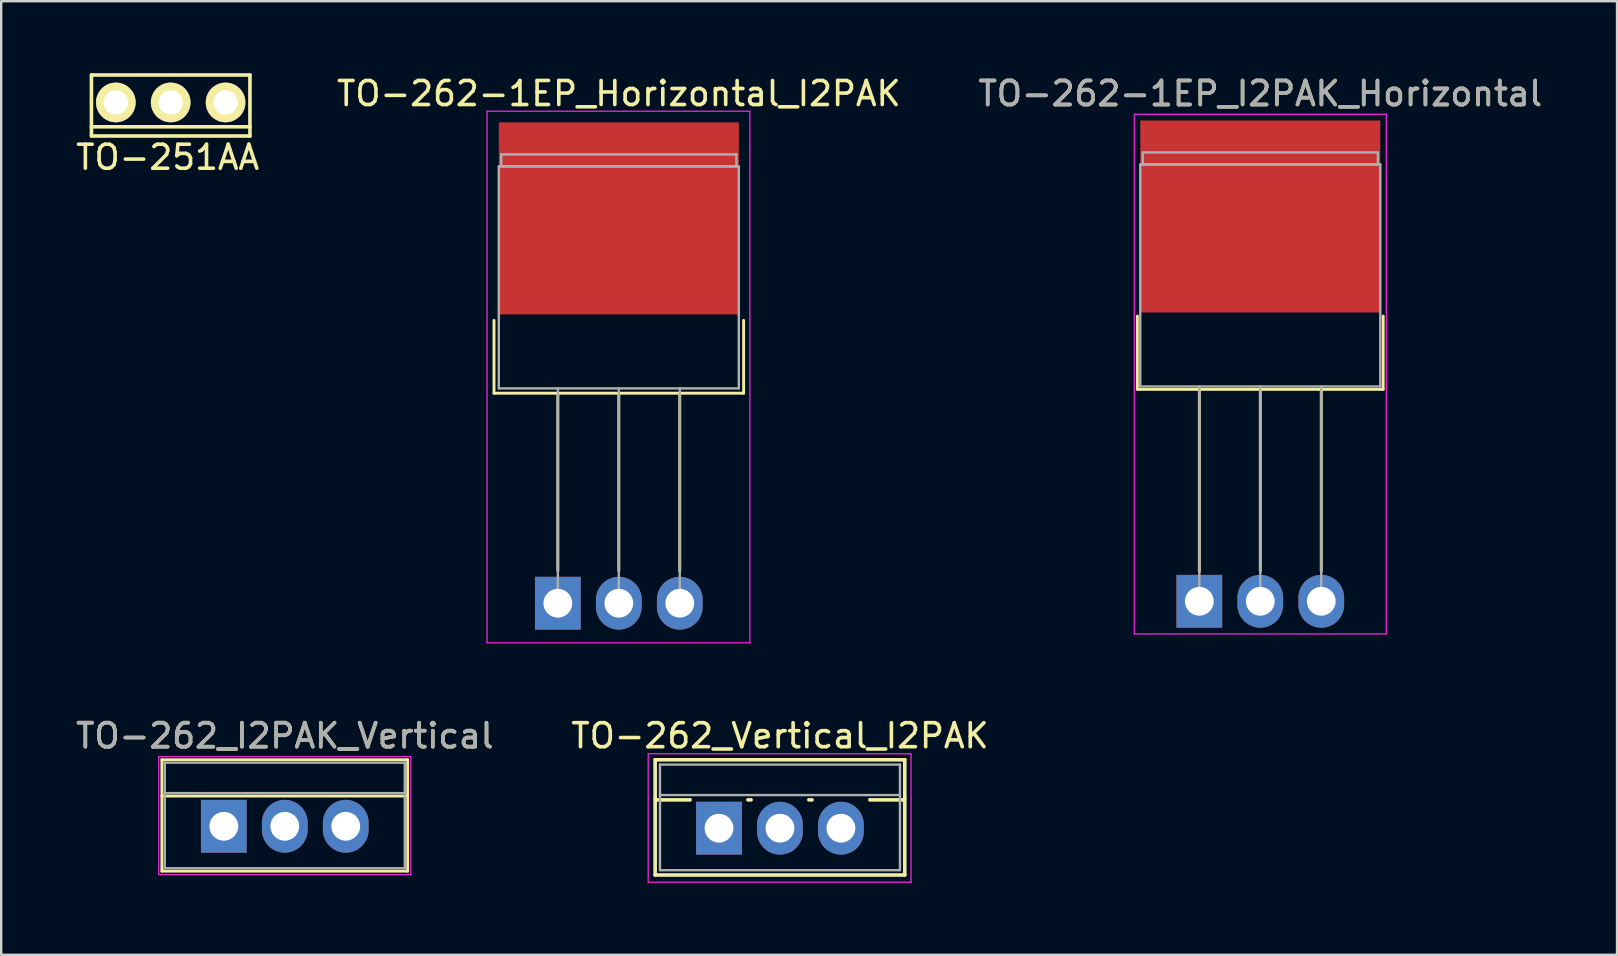
<source format=kicad_pcb>
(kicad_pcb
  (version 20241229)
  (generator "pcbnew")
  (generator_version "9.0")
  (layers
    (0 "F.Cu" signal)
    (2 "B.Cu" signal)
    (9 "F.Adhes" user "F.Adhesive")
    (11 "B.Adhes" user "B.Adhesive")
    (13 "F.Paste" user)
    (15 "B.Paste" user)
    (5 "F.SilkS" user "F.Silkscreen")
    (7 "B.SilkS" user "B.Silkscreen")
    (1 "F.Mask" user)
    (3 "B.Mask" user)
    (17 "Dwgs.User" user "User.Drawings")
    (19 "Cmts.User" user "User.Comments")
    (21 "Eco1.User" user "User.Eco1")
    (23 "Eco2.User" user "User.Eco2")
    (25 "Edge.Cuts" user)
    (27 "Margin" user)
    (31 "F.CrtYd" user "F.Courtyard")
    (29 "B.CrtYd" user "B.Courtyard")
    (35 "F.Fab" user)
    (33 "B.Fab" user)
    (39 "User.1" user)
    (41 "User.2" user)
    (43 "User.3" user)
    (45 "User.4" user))
  (footprint "TO-251AA"
    (layer "F.Cu")
    (at 4.062 1.218)
    (property "Reference" "TO-251AA" (at -0.127 2.286 0) (layer "F.SilkS") (effects (font (size 1 1) (thickness 0.15))))
    (attr through_hole)
    (fp_line (start -3.302 -1.143) (end -3.302 0) (stroke (width 0.15) (type solid)) (layer "F.SilkS"))
    (fp_line (start -3.302 0) (end -3.302 1.397) (stroke (width 0.15) (type solid)) (layer "F.SilkS"))
    (fp_line (start -3.302 1.016) (end 3.302 1.016) (stroke (width 0.15) (type solid)) (layer "F.SilkS"))
    (fp_line (start -3.302 1.397) (end 3.302 1.397) (stroke (width 0.15) (type solid)) (layer "F.SilkS"))
    (fp_line (start 3.302 -1.143) (end -3.302 -1.143) (stroke (width 0.15) (type solid)) (layer "F.SilkS"))
    (fp_line (start 3.302 1.397) (end 3.302 -1.143) (stroke (width 0.15) (type solid)) (layer "F.SilkS"))
    (pad "1" thru_hole circle (at 2.286 0) (size 1.651 1.651) (drill 1.016) (layers "*.Cu" "*.Mask" "F.SilkS"))
    (pad "2" thru_hole circle (at 0 0) (size 1.651 1.651) (drill 1.016) (layers "*.Cu" "*.Mask" "F.SilkS"))
    (pad "3" thru_hole circle (at -2.286 0) (size 1.651 1.651) (drill 1.016) (layers "*.Cu" "*.Mask" "F.SilkS")))
  (footprint "TO-262-1EP_I2PAK_Horizontal"
    (layer "F.Cu")
    (at 46.918 22.002)
    (property "Reference" "TO-262-1EP_I2PAK_Horizontal" (at 2.54 -21.153 0) (layer "F.SilkS") (effects (font (size 1 1) (thickness 0.15))))
    (attr through_hole)
    (fp_line (start -2.58 -11.884) (end -2.58 -8.83) (stroke (width 0.12) (type solid)) (layer "F.SilkS"))
    (fp_line (start -2.58 -8.83) (end 7.66 -8.83) (stroke (width 0.12) (type solid)) (layer "F.SilkS"))
    (fp_line (start 0 -8.83) (end 0 -1.25) (stroke (width 0.12) (type solid)) (layer "F.SilkS"))
    (fp_line (start 2.54 -8.83) (end 2.54 -1.25) (stroke (width 0.12) (type solid)) (layer "F.SilkS"))
    (fp_line (start 5.08 -8.83) (end 5.08 -1.25) (stroke (width 0.12) (type solid)) (layer "F.SilkS"))
    (fp_line (start 7.66 -11.884) (end 7.66 -8.83) (stroke (width 0.12) (type solid)) (layer "F.SilkS"))
    (fp_line (start -2.71 -20.29) (end -2.71 1.36) (stroke (width 0.05) (type solid)) (layer "F.CrtYd"))
    (fp_line (start -2.71 1.36) (end 7.79 1.36) (stroke (width 0.05) (type solid)) (layer "F.CrtYd"))
    (fp_line (start 7.79 -20.29) (end -2.71 -20.29) (stroke (width 0.05) (type solid)) (layer "F.CrtYd"))
    (fp_line (start 7.79 1.36) (end 7.79 -20.29) (stroke (width 0.05) (type solid)) (layer "F.CrtYd"))
    (fp_line (start -2.46 -18.2) (end 7.54 -18.2) (stroke (width 0.1) (type solid)) (layer "F.Fab"))
    (fp_line (start -2.46 -8.95) (end -2.46 -18.2) (stroke (width 0.1) (type solid)) (layer "F.Fab"))
    (fp_line (start -2.36 -18.7) (end 7.44 -18.7) (stroke (width 0.1) (type solid)) (layer "F.Fab"))
    (fp_line (start -2.36 -18.2) (end -2.36 -18.7) (stroke (width 0.1) (type solid)) (layer "F.Fab"))
    (fp_line (start 0 -8.95) (end 0 0) (stroke (width 0.1) (type solid)) (layer "F.Fab"))
    (fp_line (start 2.54 -8.95) (end 2.54 0) (stroke (width 0.1) (type solid)) (layer "F.Fab"))
    (fp_line (start 5.08 -8.95) (end 5.08 0) (stroke (width 0.1) (type solid)) (layer "F.Fab"))
    (fp_line (start 7.44 -18.7) (end 7.44 -18.2) (stroke (width 0.1) (type solid)) (layer "F.Fab"))
    (fp_line (start 7.44 -18.2) (end -2.36 -18.2) (stroke (width 0.1) (type solid)) (layer "F.Fab"))
    (fp_line (start 7.54 -18.2) (end 7.54 -8.95) (stroke (width 0.1) (type solid)) (layer "F.Fab"))
    (fp_line (start 7.54 -8.95) (end -2.46 -8.95) (stroke (width 0.1) (type solid)) (layer "F.Fab"))
    (fp_text user "${REFERENCE}" (at 2.54 -21.153 0) (layer "F.Fab") (effects (font (size 1 1) (thickness 0.15))))
    (pad "1" thru_hole rect (at 0 0) (size 1.905 2.2) (drill 1.2) (layers "*.Cu" "*.Mask"))
    (pad "2" thru_hole oval (at 2.54 0) (size 1.905 2.2) (drill 1.2) (layers "*.Cu" "*.Mask"))
    (pad "3" thru_hole oval (at 5.08 0) (size 1.905 2.2) (drill 1.2) (layers "*.Cu" "*.Mask"))
    (pad "4" smd rect (at 2.54 -16.033) (size 10 8) (layers "F.Cu" "F.Mask")))
  (footprint "TO-262-1EP_Horizontal_I2PAK"
    (layer "F.Cu")
    (at 20.192 22.082)
    (property "Reference" "TO-262-1EP_Horizontal_I2PAK" (at 2.54 -21.233 0) (layer "F.SilkS") (effects (font (size 1 1) (thickness 0.15))))
    (attr through_hole)
    (fp_line (start -2.66 -11.784) (end -2.66 -8.75) (stroke (width 0.12) (type solid)) (layer "F.SilkS"))
    (fp_line (start -2.66 -8.75) (end 7.74 -8.75) (stroke (width 0.12) (type solid)) (layer "F.SilkS"))
    (fp_line (start 0 -8.75) (end 0 -1.35) (stroke (width 0.12) (type solid)) (layer "F.SilkS"))
    (fp_line (start 2.54 -8.75) (end 2.54 -1.35) (stroke (width 0.12) (type solid)) (layer "F.SilkS"))
    (fp_line (start 5.08 -8.75) (end 5.08 -1.35) (stroke (width 0.12) (type solid)) (layer "F.SilkS"))
    (fp_line (start 7.74 -11.784) (end 7.74 -8.75) (stroke (width 0.12) (type solid)) (layer "F.SilkS"))
    (fp_line (start -2.95 -20.5) (end -2.95 1.65) (stroke (width 0.05) (type solid)) (layer "F.CrtYd"))
    (fp_line (start -2.95 1.65) (end 8 1.65) (stroke (width 0.05) (type solid)) (layer "F.CrtYd"))
    (fp_line (start 8 -20.5) (end -2.95 -20.5) (stroke (width 0.05) (type solid)) (layer "F.CrtYd"))
    (fp_line (start 8 1.65) (end 8 -20.5) (stroke (width 0.05) (type solid)) (layer "F.CrtYd"))
    (fp_line (start -2.46 -18.2) (end 7.54 -18.2) (stroke (width 0.1) (type solid)) (layer "F.Fab"))
    (fp_line (start -2.46 -8.95) (end -2.46 -18.2) (stroke (width 0.1) (type solid)) (layer "F.Fab"))
    (fp_line (start -2.36 -18.7) (end 7.44 -18.7) (stroke (width 0.1) (type solid)) (layer "F.Fab"))
    (fp_line (start -2.36 -18.2) (end -2.36 -18.7) (stroke (width 0.1) (type solid)) (layer "F.Fab"))
    (fp_line (start 0 -8.95) (end 0 0) (stroke (width 0.1) (type solid)) (layer "F.Fab"))
    (fp_line (start 2.54 -8.95) (end 2.54 0) (stroke (width 0.1) (type solid)) (layer "F.Fab"))
    (fp_line (start 5.08 -8.95) (end 5.08 0) (stroke (width 0.1) (type solid)) (layer "F.Fab"))
    (fp_line (start 7.44 -18.7) (end 7.44 -18.2) (stroke (width 0.1) (type solid)) (layer "F.Fab"))
    (fp_line (start 7.44 -18.2) (end -2.36 -18.2) (stroke (width 0.1) (type solid)) (layer "F.Fab"))
    (fp_line (start 7.54 -18.2) (end 7.54 -8.95) (stroke (width 0.1) (type solid)) (layer "F.Fab"))
    (fp_line (start 7.54 -8.95) (end -2.46 -8.95) (stroke (width 0.1) (type solid)) (layer "F.Fab"))
    (pad "1" thru_hole rect (at 0 0) (size 1.905 2.2) (drill 1.2) (layers "*.Cu" "*.Mask"))
    (pad "2" thru_hole oval (at 2.54 0) (size 1.905 2.2) (drill 1.2) (layers "*.Cu" "*.Mask"))
    (pad "3" thru_hole oval (at 5.08 0) (size 1.905 2.2) (drill 1.2) (layers "*.Cu" "*.Mask"))
    (pad "4" smd rect (at 2.54 -16.033) (size 10 8) (layers "F.Cu" "F.Mask")))
  (footprint "TO-262_Vertical_I2PAK"
    (layer "F.Cu")
    (at 26.906 31.455)
    (property "Reference" "TO-262_Vertical_I2PAK" (at 2.54 -3.85 0) (layer "F.SilkS") (effects (font (size 1 1) (thickness 0.15))))
    (attr through_hole)
    (fp_line (start -2.66 -2.85) (end -2.66 1.951) (stroke (width 0.15) (type solid)) (layer "F.SilkS"))
    (fp_line (start -2.66 -2.85) (end 7.74 -2.85) (stroke (width 0.15) (type solid)) (layer "F.SilkS"))
    (fp_line (start -2.66 -1.181) (end -1.203 -1.181) (stroke (width 0.15) (type solid)) (layer "F.SilkS"))
    (fp_line (start -2.66 1.951) (end 7.74 1.951) (stroke (width 0.15) (type solid)) (layer "F.SilkS"))
    (fp_line (start 1.203 -1.181) (end 1.338 -1.181) (stroke (width 0.15) (type solid)) (layer "F.SilkS"))
    (fp_line (start 3.743 -1.181) (end 3.878 -1.181) (stroke (width 0.15) (type solid)) (layer "F.SilkS"))
    (fp_line (start 6.283 -1.181) (end 7.74 -1.181) (stroke (width 0.15) (type solid)) (layer "F.SilkS"))
    (fp_line (start 7.74 -2.85) (end 7.74 1.951) (stroke (width 0.15) (type solid)) (layer "F.SilkS"))
    (fp_line (start -2.95 -3.1) (end -2.95 2.25) (stroke (width 0.05) (type solid)) (layer "F.CrtYd"))
    (fp_line (start -2.95 2.25) (end 8 2.25) (stroke (width 0.05) (type solid)) (layer "F.CrtYd"))
    (fp_line (start 8 -3.1) (end -2.95 -3.1) (stroke (width 0.05) (type solid)) (layer "F.CrtYd"))
    (fp_line (start 8 2.25) (end 8 -3.1) (stroke (width 0.05) (type solid)) (layer "F.CrtYd"))
    (fp_line (start -2.46 -2.65) (end -2.46 1.75) (stroke (width 0.1) (type solid)) (layer "F.Fab"))
    (fp_line (start -2.46 -1.38) (end 7.54 -1.38) (stroke (width 0.1) (type solid)) (layer "F.Fab"))
    (fp_line (start -2.46 1.75) (end 7.54 1.75) (stroke (width 0.1) (type solid)) (layer "F.Fab"))
    (fp_line (start 7.54 -2.65) (end -2.46 -2.65) (stroke (width 0.1) (type solid)) (layer "F.Fab"))
    (fp_line (start 7.54 1.75) (end 7.54 -2.65) (stroke (width 0.1) (type solid)) (layer "F.Fab"))
    (pad "1" thru_hole rect (at 0 0) (size 1.905 2.2) (drill 1.2) (layers "*.Cu" "*.Mask"))
    (pad "2" thru_hole oval (at 2.54 0) (size 1.905 2.2) (drill 1.2) (layers "*.Cu" "*.Mask"))
    (pad "3" thru_hole oval (at 5.08 0) (size 1.905 2.2) (drill 1.2) (layers "*.Cu" "*.Mask")))
  (footprint "TO-262_I2PAK_Vertical"
    (layer "F.Cu")
    (at 6.275 31.375)
    (property "Reference" "TO-262_I2PAK_Vertical" (at 2.54 -3.77 0) (layer "F.SilkS") (effects (font (size 1 1) (thickness 0.15))))
    (attr through_hole)
    (fp_line (start -2.58 -2.77) (end -2.58 1.871) (stroke (width 0.12) (type solid)) (layer "F.SilkS"))
    (fp_line (start -2.58 -2.77) (end 7.66 -2.77) (stroke (width 0.12) (type solid)) (layer "F.SilkS"))
    (fp_line (start -2.58 -1.26) (end 7.66 -1.26) (stroke (width 0.12) (type solid)) (layer "F.SilkS"))
    (fp_line (start -2.58 1.871) (end 7.66 1.871) (stroke (width 0.12) (type solid)) (layer "F.SilkS"))
    (fp_line (start 7.66 -2.77) (end 7.66 1.871) (stroke (width 0.12) (type solid)) (layer "F.SilkS"))
    (fp_line (start -2.71 -2.9) (end -2.71 2.01) (stroke (width 0.05) (type solid)) (layer "F.CrtYd"))
    (fp_line (start -2.71 2.01) (end 7.79 2.01) (stroke (width 0.05) (type solid)) (layer "F.CrtYd"))
    (fp_line (start 7.79 -2.9) (end -2.71 -2.9) (stroke (width 0.05) (type solid)) (layer "F.CrtYd"))
    (fp_line (start 7.79 2.01) (end 7.79 -2.9) (stroke (width 0.05) (type solid)) (layer "F.CrtYd"))
    (fp_line (start -2.46 -2.65) (end -2.46 1.75) (stroke (width 0.1) (type solid)) (layer "F.Fab"))
    (fp_line (start -2.46 -1.38) (end 7.54 -1.38) (stroke (width 0.1) (type solid)) (layer "F.Fab"))
    (fp_line (start -2.46 1.75) (end 7.54 1.75) (stroke (width 0.1) (type solid)) (layer "F.Fab"))
    (fp_line (start 7.54 -2.65) (end -2.46 -2.65) (stroke (width 0.1) (type solid)) (layer "F.Fab"))
    (fp_line (start 7.54 1.75) (end 7.54 -2.65) (stroke (width 0.1) (type solid)) (layer "F.Fab"))
    (fp_text user "${REFERENCE}" (at 2.54 -3.77 0) (layer "F.Fab") (effects (font (size 1 1) (thickness 0.15))))
    (pad "1" thru_hole rect (at 0 0) (size 1.905 2.2) (drill 1.2) (layers "*.Cu" "*.Mask"))
    (pad "2" thru_hole oval (at 2.54 0) (size 1.905 2.2) (drill 1.2) (layers "*.Cu" "*.Mask"))
    (pad "3" thru_hole oval (at 5.08 0) (size 1.905 2.2) (drill 1.2) (layers "*.Cu" "*.Mask")))
  (gr_rect
    (start -3 -3)
    (end 64.321 36.73)
    (stroke (width 0.1) (type default))
    (fill no)
    (layer "Edge.Cuts")))
</source>
